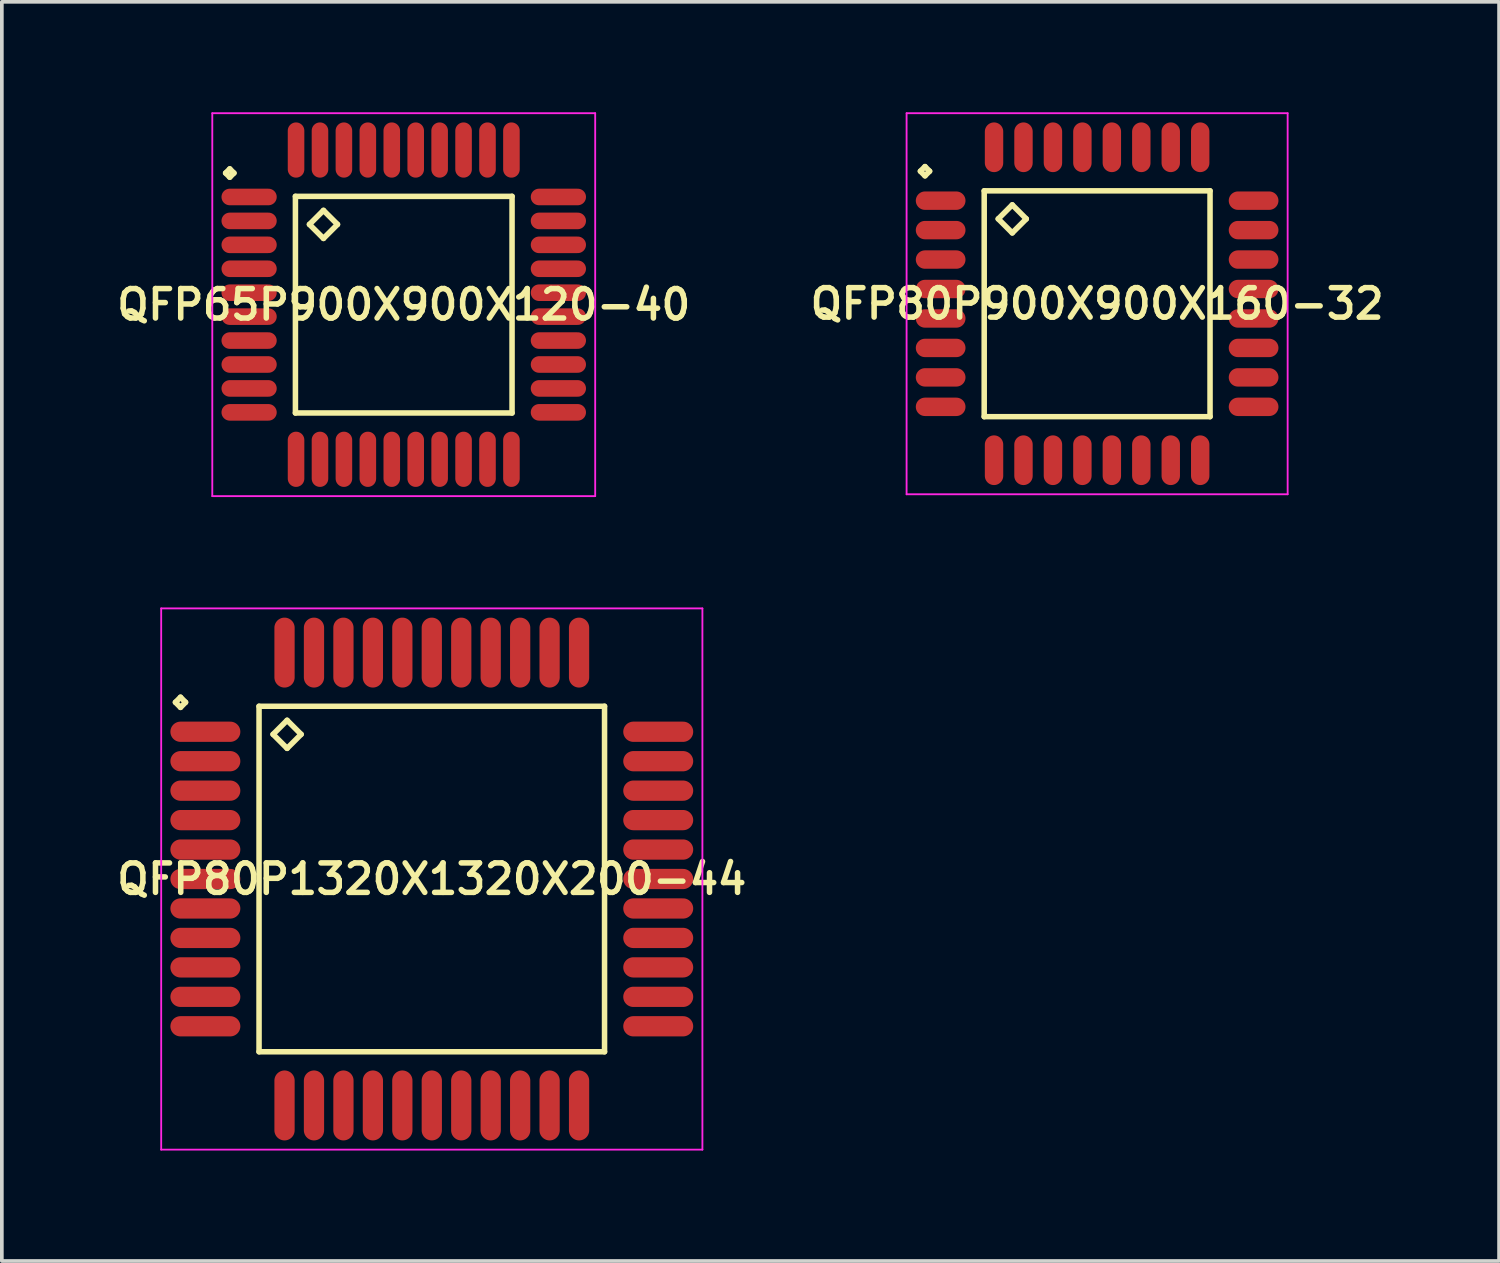
<source format=kicad_pcb>
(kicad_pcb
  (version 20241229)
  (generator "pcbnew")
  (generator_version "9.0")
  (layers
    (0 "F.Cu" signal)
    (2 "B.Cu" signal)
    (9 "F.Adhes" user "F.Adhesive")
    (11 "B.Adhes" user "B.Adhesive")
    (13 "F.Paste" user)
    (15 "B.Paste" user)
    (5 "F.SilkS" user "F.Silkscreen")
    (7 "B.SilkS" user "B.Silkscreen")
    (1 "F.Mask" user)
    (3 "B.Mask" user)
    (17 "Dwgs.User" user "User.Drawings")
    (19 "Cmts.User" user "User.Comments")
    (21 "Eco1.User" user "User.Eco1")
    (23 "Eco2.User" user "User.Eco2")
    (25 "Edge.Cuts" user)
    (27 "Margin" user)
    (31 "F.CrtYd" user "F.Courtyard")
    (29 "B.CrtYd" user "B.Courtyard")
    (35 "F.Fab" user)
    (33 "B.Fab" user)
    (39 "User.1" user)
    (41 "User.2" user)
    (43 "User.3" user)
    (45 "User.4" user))
  (footprint "QFP80P1320X1320X200-44"
    (layer "F.Cu")
    (at 8.678 20.825)
    (property "Reference" "QFP80P1320X1320X200-44" (at 0 0 0) (layer "F.SilkS") (effects (font (size 0.8 0.8) (thickness 0.15))))
    (attr smd)
    (fp_line (start -6.963 -4.8) (end -6.825 -4.938) (stroke (width 0.15) (type solid)) (layer "F.SilkS"))
    (fp_line (start -6.825 -4.938) (end -6.688 -4.8) (stroke (width 0.15) (type solid)) (layer "F.SilkS"))
    (fp_line (start -6.825 -4.662) (end -6.963 -4.8) (stroke (width 0.15) (type solid)) (layer "F.SilkS"))
    (fp_line (start -6.688 -4.8) (end -6.825 -4.662) (stroke (width 0.15) (type solid)) (layer "F.SilkS"))
    (fp_line (start -4.692 -4.692) (end -4.692 4.692) (stroke (width 0.15) (type solid)) (layer "F.SilkS"))
    (fp_line (start -4.692 4.692) (end 4.692 4.692) (stroke (width 0.15) (type solid)) (layer "F.SilkS"))
    (fp_line (start -4.311 -3.93) (end -3.93 -4.311) (stroke (width 0.15) (type solid)) (layer "F.SilkS"))
    (fp_line (start -3.93 -4.311) (end -3.549 -3.93) (stroke (width 0.15) (type solid)) (layer "F.SilkS"))
    (fp_line (start -3.93 -3.549) (end -4.311 -3.93) (stroke (width 0.15) (type solid)) (layer "F.SilkS"))
    (fp_line (start -3.549 -3.93) (end -3.93 -3.549) (stroke (width 0.15) (type solid)) (layer "F.SilkS"))
    (fp_line (start 4.692 -4.692) (end -4.692 -4.692) (stroke (width 0.15) (type solid)) (layer "F.SilkS"))
    (fp_line (start 4.692 4.692) (end 4.692 -4.692) (stroke (width 0.15) (type solid)) (layer "F.SilkS"))
    (fp_line (start -7.35 -7.35) (end 7.35 -7.35) (stroke (width 0.05) (type solid)) (layer "F.CrtYd"))
    (fp_line (start -7.35 7.35) (end -7.35 -7.35) (stroke (width 0.05) (type solid)) (layer "F.CrtYd"))
    (fp_line (start 7.35 -7.35) (end 7.35 7.35) (stroke (width 0.05) (type solid)) (layer "F.CrtYd"))
    (fp_line (start 7.35 7.35) (end -7.35 7.35) (stroke (width 0.05) (type solid)) (layer "F.CrtYd"))
    (pad "1" smd oval (at -6.15 -4) (size 1.9 0.55) (layers "F.Cu" "F.Mask" "F.Paste"))
    (pad "2" smd oval (at -6.15 -3.2) (size 1.9 0.55) (layers "F.Cu" "F.Mask" "F.Paste"))
    (pad "3" smd oval (at -6.15 -2.4) (size 1.9 0.55) (layers "F.Cu" "F.Mask" "F.Paste"))
    (pad "4" smd oval (at -6.15 -1.6) (size 1.9 0.55) (layers "F.Cu" "F.Mask" "F.Paste"))
    (pad "5" smd oval (at -6.15 -0.8) (size 1.9 0.55) (layers "F.Cu" "F.Mask" "F.Paste"))
    (pad "6" smd oval (at -6.15 0) (size 1.9 0.55) (layers "F.Cu" "F.Mask" "F.Paste"))
    (pad "7" smd oval (at -6.15 0.8) (size 1.9 0.55) (layers "F.Cu" "F.Mask" "F.Paste"))
    (pad "8" smd oval (at -6.15 1.6) (size 1.9 0.55) (layers "F.Cu" "F.Mask" "F.Paste"))
    (pad "9" smd oval (at -6.15 2.4) (size 1.9 0.55) (layers "F.Cu" "F.Mask" "F.Paste"))
    (pad "10" smd oval (at -6.15 3.2) (size 1.9 0.55) (layers "F.Cu" "F.Mask" "F.Paste"))
    (pad "11" smd oval (at -6.15 4) (size 1.9 0.55) (layers "F.Cu" "F.Mask" "F.Paste"))
    (pad "12" smd oval (at -4 6.15) (size 0.55 1.9) (layers "F.Cu" "F.Mask" "F.Paste"))
    (pad "13" smd oval (at -3.2 6.15) (size 0.55 1.9) (layers "F.Cu" "F.Mask" "F.Paste"))
    (pad "14" smd oval (at -2.4 6.15) (size 0.55 1.9) (layers "F.Cu" "F.Mask" "F.Paste"))
    (pad "15" smd oval (at -1.6 6.15) (size 0.55 1.9) (layers "F.Cu" "F.Mask" "F.Paste"))
    (pad "16" smd oval (at -0.8 6.15) (size 0.55 1.9) (layers "F.Cu" "F.Mask" "F.Paste"))
    (pad "17" smd oval (at 0 6.15) (size 0.55 1.9) (layers "F.Cu" "F.Mask" "F.Paste"))
    (pad "18" smd oval (at 0.8 6.15) (size 0.55 1.9) (layers "F.Cu" "F.Mask" "F.Paste"))
    (pad "19" smd oval (at 1.6 6.15) (size 0.55 1.9) (layers "F.Cu" "F.Mask" "F.Paste"))
    (pad "20" smd oval (at 2.4 6.15) (size 0.55 1.9) (layers "F.Cu" "F.Mask" "F.Paste"))
    (pad "21" smd oval (at 3.2 6.15) (size 0.55 1.9) (layers "F.Cu" "F.Mask" "F.Paste"))
    (pad "22" smd oval (at 4 6.15) (size 0.55 1.9) (layers "F.Cu" "F.Mask" "F.Paste"))
    (pad "23" smd oval (at 6.15 4) (size 1.9 0.55) (layers "F.Cu" "F.Mask" "F.Paste"))
    (pad "24" smd oval (at 6.15 3.2) (size 1.9 0.55) (layers "F.Cu" "F.Mask" "F.Paste"))
    (pad "25" smd oval (at 6.15 2.4) (size 1.9 0.55) (layers "F.Cu" "F.Mask" "F.Paste"))
    (pad "26" smd oval (at 6.15 1.6) (size 1.9 0.55) (layers "F.Cu" "F.Mask" "F.Paste"))
    (pad "27" smd oval (at 6.15 0.8) (size 1.9 0.55) (layers "F.Cu" "F.Mask" "F.Paste"))
    (pad "28" smd oval (at 6.15 0) (size 1.9 0.55) (layers "F.Cu" "F.Mask" "F.Paste"))
    (pad "29" smd oval (at 6.15 -0.8) (size 1.9 0.55) (layers "F.Cu" "F.Mask" "F.Paste"))
    (pad "30" smd oval (at 6.15 -1.6) (size 1.9 0.55) (layers "F.Cu" "F.Mask" "F.Paste"))
    (pad "31" smd oval (at 6.15 -2.4) (size 1.9 0.55) (layers "F.Cu" "F.Mask" "F.Paste"))
    (pad "32" smd oval (at 6.15 -3.2) (size 1.9 0.55) (layers "F.Cu" "F.Mask" "F.Paste"))
    (pad "33" smd oval (at 6.15 -4) (size 1.9 0.55) (layers "F.Cu" "F.Mask" "F.Paste"))
    (pad "34" smd oval (at 4 -6.15) (size 0.55 1.9) (layers "F.Cu" "F.Mask" "F.Paste"))
    (pad "35" smd oval (at 3.2 -6.15) (size 0.55 1.9) (layers "F.Cu" "F.Mask" "F.Paste"))
    (pad "36" smd oval (at 2.4 -6.15) (size 0.55 1.9) (layers "F.Cu" "F.Mask" "F.Paste"))
    (pad "37" smd oval (at 1.6 -6.15) (size 0.55 1.9) (layers "F.Cu" "F.Mask" "F.Paste"))
    (pad "38" smd oval (at 0.8 -6.15) (size 0.55 1.9) (layers "F.Cu" "F.Mask" "F.Paste"))
    (pad "39" smd oval (at 0 -6.15) (size 0.55 1.9) (layers "F.Cu" "F.Mask" "F.Paste"))
    (pad "40" smd oval (at -0.8 -6.15) (size 0.55 1.9) (layers "F.Cu" "F.Mask" "F.Paste"))
    (pad "41" smd oval (at -1.6 -6.15) (size 0.55 1.9) (layers "F.Cu" "F.Mask" "F.Paste"))
    (pad "42" smd oval (at -2.4 -6.15) (size 0.55 1.9) (layers "F.Cu" "F.Mask" "F.Paste"))
    (pad "43" smd oval (at -3.2 -6.15) (size 0.55 1.9) (layers "F.Cu" "F.Mask" "F.Paste"))
    (pad "44" smd oval (at -4 -6.15) (size 0.55 1.9) (layers "F.Cu" "F.Mask" "F.Paste")))
  (footprint "QFP65P900X900X120-40"
    (layer "F.Cu")
    (at 7.916 5.225)
    (property "Reference" "QFP65P900X900X120-40" (at 0 0 0) (layer "F.SilkS") (effects (font (size 0.8 0.8) (thickness 0.15))))
    (attr smd)
    (fp_line (start -4.838 -3.575) (end -4.725 -3.688) (stroke (width 0.15) (type solid)) (layer "F.SilkS"))
    (fp_line (start -4.725 -3.688) (end -4.612 -3.575) (stroke (width 0.15) (type solid)) (layer "F.SilkS"))
    (fp_line (start -4.725 -3.462) (end -4.838 -3.575) (stroke (width 0.15) (type solid)) (layer "F.SilkS"))
    (fp_line (start -4.612 -3.575) (end -4.725 -3.462) (stroke (width 0.15) (type solid)) (layer "F.SilkS"))
    (fp_line (start -2.942 -2.942) (end -2.942 2.942) (stroke (width 0.15) (type solid)) (layer "F.SilkS"))
    (fp_line (start -2.942 2.942) (end 2.942 2.942) (stroke (width 0.15) (type solid)) (layer "F.SilkS"))
    (fp_line (start -2.561 -2.18) (end -2.18 -2.561) (stroke (width 0.15) (type solid)) (layer "F.SilkS"))
    (fp_line (start -2.18 -2.561) (end -1.799 -2.18) (stroke (width 0.15) (type solid)) (layer "F.SilkS"))
    (fp_line (start -2.18 -1.799) (end -2.561 -2.18) (stroke (width 0.15) (type solid)) (layer "F.SilkS"))
    (fp_line (start -1.799 -2.18) (end -2.18 -1.799) (stroke (width 0.15) (type solid)) (layer "F.SilkS"))
    (fp_line (start 2.942 -2.942) (end -2.942 -2.942) (stroke (width 0.15) (type solid)) (layer "F.SilkS"))
    (fp_line (start 2.942 2.942) (end 2.942 -2.942) (stroke (width 0.15) (type solid)) (layer "F.SilkS"))
    (fp_line (start -5.2 -5.2) (end 5.2 -5.2) (stroke (width 0.05) (type solid)) (layer "F.CrtYd"))
    (fp_line (start -5.2 5.2) (end -5.2 -5.2) (stroke (width 0.05) (type solid)) (layer "F.CrtYd"))
    (fp_line (start 5.2 -5.2) (end 5.2 5.2) (stroke (width 0.05) (type solid)) (layer "F.CrtYd"))
    (fp_line (start 5.2 5.2) (end -5.2 5.2) (stroke (width 0.05) (type solid)) (layer "F.CrtYd"))
    (pad "1" smd oval (at -4.2 -2.925) (size 1.5 0.45) (layers "F.Cu" "F.Mask" "F.Paste"))
    (pad "2" smd oval (at -4.2 -2.275) (size 1.5 0.45) (layers "F.Cu" "F.Mask" "F.Paste"))
    (pad "3" smd oval (at -4.2 -1.625) (size 1.5 0.45) (layers "F.Cu" "F.Mask" "F.Paste"))
    (pad "4" smd oval (at -4.2 -0.975) (size 1.5 0.45) (layers "F.Cu" "F.Mask" "F.Paste"))
    (pad "5" smd oval (at -4.2 -0.325) (size 1.5 0.45) (layers "F.Cu" "F.Mask" "F.Paste"))
    (pad "6" smd oval (at -4.2 0.325) (size 1.5 0.45) (layers "F.Cu" "F.Mask" "F.Paste"))
    (pad "7" smd oval (at -4.2 0.975) (size 1.5 0.45) (layers "F.Cu" "F.Mask" "F.Paste"))
    (pad "8" smd oval (at -4.2 1.625) (size 1.5 0.45) (layers "F.Cu" "F.Mask" "F.Paste"))
    (pad "9" smd oval (at -4.2 2.275) (size 1.5 0.45) (layers "F.Cu" "F.Mask" "F.Paste"))
    (pad "10" smd oval (at -4.2 2.925) (size 1.5 0.45) (layers "F.Cu" "F.Mask" "F.Paste"))
    (pad "11" smd oval (at -2.925 4.2) (size 0.45 1.5) (layers "F.Cu" "F.Mask" "F.Paste"))
    (pad "12" smd oval (at -2.275 4.2) (size 0.45 1.5) (layers "F.Cu" "F.Mask" "F.Paste"))
    (pad "13" smd oval (at -1.625 4.2) (size 0.45 1.5) (layers "F.Cu" "F.Mask" "F.Paste"))
    (pad "14" smd oval (at -0.975 4.2) (size 0.45 1.5) (layers "F.Cu" "F.Mask" "F.Paste"))
    (pad "15" smd oval (at -0.325 4.2) (size 0.45 1.5) (layers "F.Cu" "F.Mask" "F.Paste"))
    (pad "16" smd oval (at 0.325 4.2) (size 0.45 1.5) (layers "F.Cu" "F.Mask" "F.Paste"))
    (pad "17" smd oval (at 0.975 4.2) (size 0.45 1.5) (layers "F.Cu" "F.Mask" "F.Paste"))
    (pad "18" smd oval (at 1.625 4.2) (size 0.45 1.5) (layers "F.Cu" "F.Mask" "F.Paste"))
    (pad "19" smd oval (at 2.275 4.2) (size 0.45 1.5) (layers "F.Cu" "F.Mask" "F.Paste"))
    (pad "20" smd oval (at 2.925 4.2) (size 0.45 1.5) (layers "F.Cu" "F.Mask" "F.Paste"))
    (pad "21" smd oval (at 4.2 2.925) (size 1.5 0.45) (layers "F.Cu" "F.Mask" "F.Paste"))
    (pad "22" smd oval (at 4.2 2.275) (size 1.5 0.45) (layers "F.Cu" "F.Mask" "F.Paste"))
    (pad "23" smd oval (at 4.2 1.625) (size 1.5 0.45) (layers "F.Cu" "F.Mask" "F.Paste"))
    (pad "24" smd oval (at 4.2 0.975) (size 1.5 0.45) (layers "F.Cu" "F.Mask" "F.Paste"))
    (pad "25" smd oval (at 4.2 0.325) (size 1.5 0.45) (layers "F.Cu" "F.Mask" "F.Paste"))
    (pad "26" smd oval (at 4.2 -0.325) (size 1.5 0.45) (layers "F.Cu" "F.Mask" "F.Paste"))
    (pad "27" smd oval (at 4.2 -0.975) (size 1.5 0.45) (layers "F.Cu" "F.Mask" "F.Paste"))
    (pad "28" smd oval (at 4.2 -1.625) (size 1.5 0.45) (layers "F.Cu" "F.Mask" "F.Paste"))
    (pad "29" smd oval (at 4.2 -2.275) (size 1.5 0.45) (layers "F.Cu" "F.Mask" "F.Paste"))
    (pad "30" smd oval (at 4.2 -2.925) (size 1.5 0.45) (layers "F.Cu" "F.Mask" "F.Paste"))
    (pad "31" smd oval (at 2.925 -4.2) (size 0.45 1.5) (layers "F.Cu" "F.Mask" "F.Paste"))
    (pad "32" smd oval (at 2.275 -4.2) (size 0.45 1.5) (layers "F.Cu" "F.Mask" "F.Paste"))
    (pad "33" smd oval (at 1.625 -4.2) (size 0.45 1.5) (layers "F.Cu" "F.Mask" "F.Paste"))
    (pad "34" smd oval (at 0.975 -4.2) (size 0.45 1.5) (layers "F.Cu" "F.Mask" "F.Paste"))
    (pad "35" smd oval (at 0.325 -4.2) (size 0.45 1.5) (layers "F.Cu" "F.Mask" "F.Paste"))
    (pad "36" smd oval (at -0.325 -4.2) (size 0.45 1.5) (layers "F.Cu" "F.Mask" "F.Paste"))
    (pad "37" smd oval (at -0.975 -4.2) (size 0.45 1.5) (layers "F.Cu" "F.Mask" "F.Paste"))
    (pad "38" smd oval (at -1.625 -4.2) (size 0.45 1.5) (layers "F.Cu" "F.Mask" "F.Paste"))
    (pad "39" smd oval (at -2.275 -4.2) (size 0.45 1.5) (layers "F.Cu" "F.Mask" "F.Paste"))
    (pad "40" smd oval (at -2.925 -4.2) (size 0.45 1.5) (layers "F.Cu" "F.Mask" "F.Paste")))
  (footprint "QFP80P900X900X160-32"
    (layer "F.Cu")
    (at 26.749 5.2)
    (property "Reference" "QFP80P900X900X160-32" (at 0 0 0) (layer "F.SilkS") (effects (font (size 0.8 0.8) (thickness 0.15))))
    (attr smd)
    (fp_line (start -4.8 -3.6) (end -4.675 -3.725) (stroke (width 0.15) (type solid)) (layer "F.SilkS"))
    (fp_line (start -4.675 -3.725) (end -4.55 -3.6) (stroke (width 0.15) (type solid)) (layer "F.SilkS"))
    (fp_line (start -4.675 -3.475) (end -4.8 -3.6) (stroke (width 0.15) (type solid)) (layer "F.SilkS"))
    (fp_line (start -4.55 -3.6) (end -4.675 -3.475) (stroke (width 0.15) (type solid)) (layer "F.SilkS"))
    (fp_line (start -3.067 -3.067) (end -3.067 3.067) (stroke (width 0.15) (type solid)) (layer "F.SilkS"))
    (fp_line (start -3.067 3.067) (end 3.067 3.067) (stroke (width 0.15) (type solid)) (layer "F.SilkS"))
    (fp_line (start -2.686 -2.305) (end -2.305 -2.686) (stroke (width 0.15) (type solid)) (layer "F.SilkS"))
    (fp_line (start -2.305 -2.686) (end -1.924 -2.305) (stroke (width 0.15) (type solid)) (layer "F.SilkS"))
    (fp_line (start -2.305 -1.924) (end -2.686 -2.305) (stroke (width 0.15) (type solid)) (layer "F.SilkS"))
    (fp_line (start -1.924 -2.305) (end -2.305 -1.924) (stroke (width 0.15) (type solid)) (layer "F.SilkS"))
    (fp_line (start 3.067 -3.067) (end -3.067 -3.067) (stroke (width 0.15) (type solid)) (layer "F.SilkS"))
    (fp_line (start 3.067 3.067) (end 3.067 -3.067) (stroke (width 0.15) (type solid)) (layer "F.SilkS"))
    (fp_line (start -5.175 -5.175) (end 5.175 -5.175) (stroke (width 0.05) (type solid)) (layer "F.CrtYd"))
    (fp_line (start -5.175 5.175) (end -5.175 -5.175) (stroke (width 0.05) (type solid)) (layer "F.CrtYd"))
    (fp_line (start 5.175 -5.175) (end 5.175 5.175) (stroke (width 0.05) (type solid)) (layer "F.CrtYd"))
    (fp_line (start 5.175 5.175) (end -5.175 5.175) (stroke (width 0.05) (type solid)) (layer "F.CrtYd"))
    (pad "1" smd oval (at -4.25 -2.8) (size 1.35 0.5) (layers "F.Cu" "F.Mask" "F.Paste"))
    (pad "2" smd oval (at -4.25 -2) (size 1.35 0.5) (layers "F.Cu" "F.Mask" "F.Paste"))
    (pad "3" smd oval (at -4.25 -1.2) (size 1.35 0.5) (layers "F.Cu" "F.Mask" "F.Paste"))
    (pad "4" smd oval (at -4.25 -0.4) (size 1.35 0.5) (layers "F.Cu" "F.Mask" "F.Paste"))
    (pad "5" smd oval (at -4.25 0.4) (size 1.35 0.5) (layers "F.Cu" "F.Mask" "F.Paste"))
    (pad "6" smd oval (at -4.25 1.2) (size 1.35 0.5) (layers "F.Cu" "F.Mask" "F.Paste"))
    (pad "7" smd oval (at -4.25 2) (size 1.35 0.5) (layers "F.Cu" "F.Mask" "F.Paste"))
    (pad "8" smd oval (at -4.25 2.8) (size 1.35 0.5) (layers "F.Cu" "F.Mask" "F.Paste"))
    (pad "9" smd oval (at -2.8 4.25) (size 0.5 1.35) (layers "F.Cu" "F.Mask" "F.Paste"))
    (pad "10" smd oval (at -2 4.25) (size 0.5 1.35) (layers "F.Cu" "F.Mask" "F.Paste"))
    (pad "11" smd oval (at -1.2 4.25) (size 0.5 1.35) (layers "F.Cu" "F.Mask" "F.Paste"))
    (pad "12" smd oval (at -0.4 4.25) (size 0.5 1.35) (layers "F.Cu" "F.Mask" "F.Paste"))
    (pad "13" smd oval (at 0.4 4.25) (size 0.5 1.35) (layers "F.Cu" "F.Mask" "F.Paste"))
    (pad "14" smd oval (at 1.2 4.25) (size 0.5 1.35) (layers "F.Cu" "F.Mask" "F.Paste"))
    (pad "15" smd oval (at 2 4.25) (size 0.5 1.35) (layers "F.Cu" "F.Mask" "F.Paste"))
    (pad "16" smd oval (at 2.8 4.25) (size 0.5 1.35) (layers "F.Cu" "F.Mask" "F.Paste"))
    (pad "17" smd oval (at 4.25 2.8) (size 1.35 0.5) (layers "F.Cu" "F.Mask" "F.Paste"))
    (pad "18" smd oval (at 4.25 2) (size 1.35 0.5) (layers "F.Cu" "F.Mask" "F.Paste"))
    (pad "19" smd oval (at 4.25 1.2) (size 1.35 0.5) (layers "F.Cu" "F.Mask" "F.Paste"))
    (pad "20" smd oval (at 4.25 0.4) (size 1.35 0.5) (layers "F.Cu" "F.Mask" "F.Paste"))
    (pad "21" smd oval (at 4.25 -0.4) (size 1.35 0.5) (layers "F.Cu" "F.Mask" "F.Paste"))
    (pad "22" smd oval (at 4.25 -1.2) (size 1.35 0.5) (layers "F.Cu" "F.Mask" "F.Paste"))
    (pad "23" smd oval (at 4.25 -2) (size 1.35 0.5) (layers "F.Cu" "F.Mask" "F.Paste"))
    (pad "24" smd oval (at 4.25 -2.8) (size 1.35 0.5) (layers "F.Cu" "F.Mask" "F.Paste"))
    (pad "25" smd oval (at 2.8 -4.25) (size 0.5 1.35) (layers "F.Cu" "F.Mask" "F.Paste"))
    (pad "26" smd oval (at 2 -4.25) (size 0.5 1.35) (layers "F.Cu" "F.Mask" "F.Paste"))
    (pad "27" smd oval (at 1.2 -4.25) (size 0.5 1.35) (layers "F.Cu" "F.Mask" "F.Paste"))
    (pad "28" smd oval (at 0.4 -4.25) (size 0.5 1.35) (layers "F.Cu" "F.Mask" "F.Paste"))
    (pad "29" smd oval (at -0.4 -4.25) (size 0.5 1.35) (layers "F.Cu" "F.Mask" "F.Paste"))
    (pad "30" smd oval (at -1.2 -4.25) (size 0.5 1.35) (layers "F.Cu" "F.Mask" "F.Paste"))
    (pad "31" smd oval (at -2 -4.25) (size 0.5 1.35) (layers "F.Cu" "F.Mask" "F.Paste"))
    (pad "32" smd oval (at -2.8 -4.25) (size 0.5 1.35) (layers "F.Cu" "F.Mask" "F.Paste")))
  (gr_rect
    (start -3 -3)
    (end 37.666 31.2)
    (stroke (width 0.1) (type default))
    (fill no)
    (layer "Edge.Cuts")))
</source>
